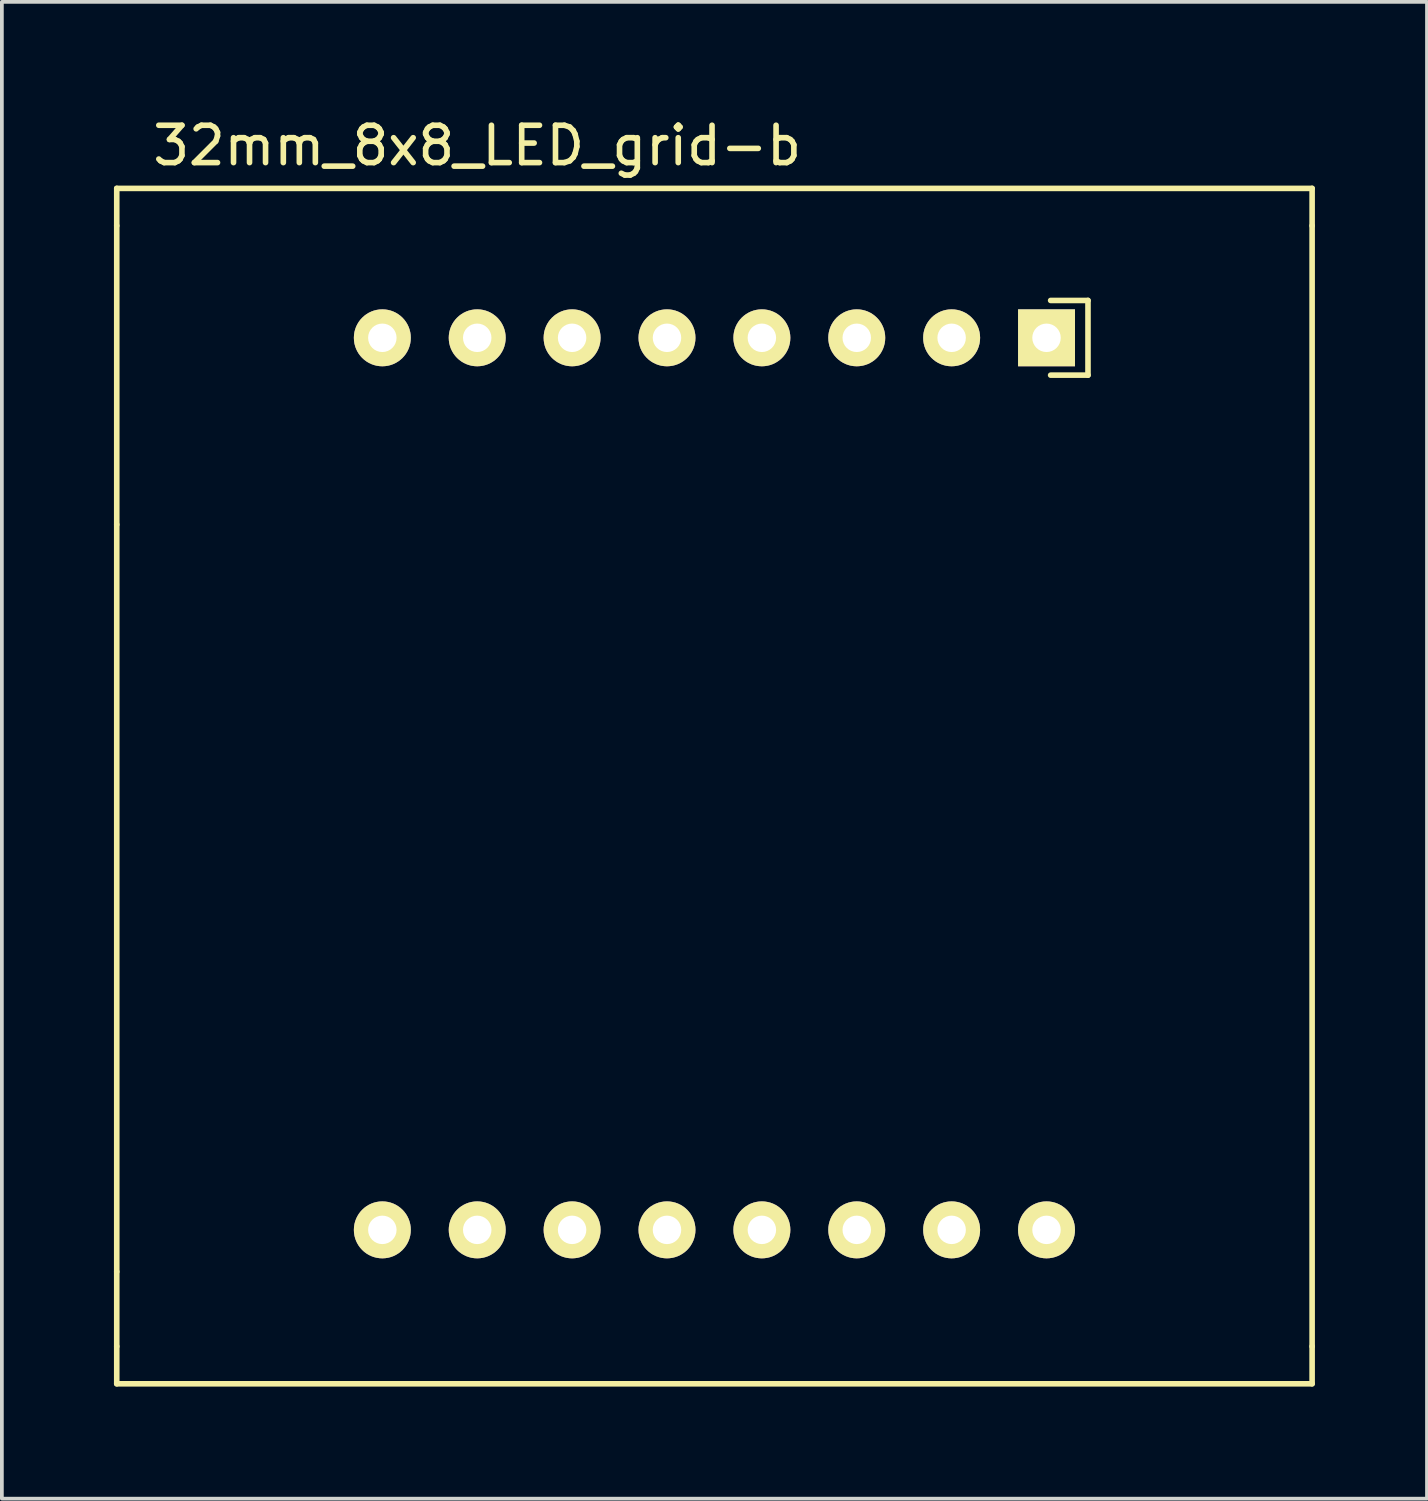
<source format=kicad_pcb>
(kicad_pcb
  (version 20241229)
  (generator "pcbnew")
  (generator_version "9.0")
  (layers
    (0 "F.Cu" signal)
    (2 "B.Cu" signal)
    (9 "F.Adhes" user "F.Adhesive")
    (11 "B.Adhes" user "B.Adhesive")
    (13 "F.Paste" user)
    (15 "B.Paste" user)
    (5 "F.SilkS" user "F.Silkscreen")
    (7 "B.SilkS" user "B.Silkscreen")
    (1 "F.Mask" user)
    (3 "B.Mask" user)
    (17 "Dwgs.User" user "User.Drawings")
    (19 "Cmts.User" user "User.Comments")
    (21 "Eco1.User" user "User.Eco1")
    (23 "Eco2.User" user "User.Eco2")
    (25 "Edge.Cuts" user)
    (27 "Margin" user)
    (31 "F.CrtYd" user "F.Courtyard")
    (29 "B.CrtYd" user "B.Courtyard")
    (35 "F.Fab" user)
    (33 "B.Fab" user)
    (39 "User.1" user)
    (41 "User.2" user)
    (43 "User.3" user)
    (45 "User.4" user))
  (footprint "32mm_8x8_LED_grid-b"
    (layer "F.Cu")
    (at 16.075 17.993)
    (property "Reference" "32mm_8x8_LED_grid-b" (at -6.35 -17.145 0) (layer "F.SilkS") (effects (font (size 1 1) (thickness 0.15))))
    (attr through_hole)
    (fp_line (start -16 -16) (end -16 -15) (stroke (width 0.15) (type solid)) (layer "F.SilkS"))
    (fp_line (start -16 -15) (end -16 -7) (stroke (width 0.15) (type solid)) (layer "F.SilkS"))
    (fp_line (start -16 13) (end -16 -7) (stroke (width 0.15) (type solid)) (layer "F.SilkS"))
    (fp_line (start -16 15) (end -16 13) (stroke (width 0.15) (type solid)) (layer "F.SilkS"))
    (fp_line (start -16 15) (end -16 16) (stroke (width 0.15) (type solid)) (layer "F.SilkS"))
    (fp_line (start -16 16) (end 16 16) (stroke (width 0.15) (type solid)) (layer "F.SilkS"))
    (fp_line (start 9 -13) (end 10 -13) (stroke (width 0.15) (type solid)) (layer "F.SilkS"))
    (fp_line (start 10 -13) (end 10 -11) (stroke (width 0.15) (type solid)) (layer "F.SilkS"))
    (fp_line (start 10 -11) (end 9 -11) (stroke (width 0.15) (type solid)) (layer "F.SilkS"))
    (fp_line (start 16 -16) (end -16 -16) (stroke (width 0.15) (type solid)) (layer "F.SilkS"))
    (fp_line (start 16 -15) (end 16 -16) (stroke (width 0.15) (type solid)) (layer "F.SilkS"))
    (fp_line (start 16 15) (end 16 -15) (stroke (width 0.15) (type solid)) (layer "F.SilkS"))
    (fp_line (start 16 16) (end 16 15) (stroke (width 0.15) (type solid)) (layer "F.SilkS"))
    (pad "1" thru_hole rect (at 8.89 -12) (size 1.524 1.524) (drill 0.762) (layers "*.Cu" "*.Mask" "F.SilkS"))
    (pad "2" thru_hole circle (at 8.89 11.88) (size 1.524 1.524) (drill 0.762) (layers "*.Cu" "*.Mask" "F.SilkS"))
    (pad "3" thru_hole circle (at 6.35 -12) (size 1.524 1.524) (drill 0.762) (layers "*.Cu" "*.Mask" "F.SilkS"))
    (pad "4" thru_hole circle (at 6.35 11.88) (size 1.524 1.524) (drill 0.762) (layers "*.Cu" "*.Mask" "F.SilkS"))
    (pad "5" thru_hole circle (at 3.81 -12) (size 1.524 1.524) (drill 0.762) (layers "*.Cu" "*.Mask" "F.SilkS"))
    (pad "6" thru_hole circle (at 3.81 11.88) (size 1.524 1.524) (drill 0.762) (layers "*.Cu" "*.Mask" "F.SilkS"))
    (pad "7" thru_hole circle (at 1.27 -12) (size 1.524 1.524) (drill 0.762) (layers "*.Cu" "*.Mask" "F.SilkS"))
    (pad "8" thru_hole circle (at 1.27 11.88) (size 1.524 1.524) (drill 0.762) (layers "*.Cu" "*.Mask" "F.SilkS"))
    (pad "9" thru_hole circle (at -1.27 -12) (size 1.524 1.524) (drill 0.762) (layers "*.Cu" "*.Mask" "F.SilkS"))
    (pad "10" thru_hole circle (at -1.27 11.88) (size 1.524 1.524) (drill 0.762) (layers "*.Cu" "*.Mask" "F.SilkS"))
    (pad "11" thru_hole circle (at -3.81 -12) (size 1.524 1.524) (drill 0.762) (layers "*.Cu" "*.Mask" "F.SilkS"))
    (pad "12" thru_hole circle (at -3.81 11.88) (size 1.524 1.524) (drill 0.762) (layers "*.Cu" "*.Mask" "F.SilkS"))
    (pad "13" thru_hole circle (at -6.35 -12) (size 1.524 1.524) (drill 0.762) (layers "*.Cu" "*.Mask" "F.SilkS"))
    (pad "14" thru_hole circle (at -6.35 11.88) (size 1.524 1.524) (drill 0.762) (layers "*.Cu" "*.Mask" "F.SilkS"))
    (pad "15" thru_hole circle (at -8.89 -12) (size 1.524 1.524) (drill 0.762) (layers "*.Cu" "*.Mask" "F.SilkS"))
    (pad "16" thru_hole circle (at -8.89 11.88) (size 1.524 1.524) (drill 0.762) (layers "*.Cu" "*.Mask" "F.SilkS")))
  (gr_rect
    (start -3 -3)
    (end 35.15 37.068)
    (stroke (width 0.1) (type default))
    (fill no)
    (layer "Edge.Cuts")))
</source>
